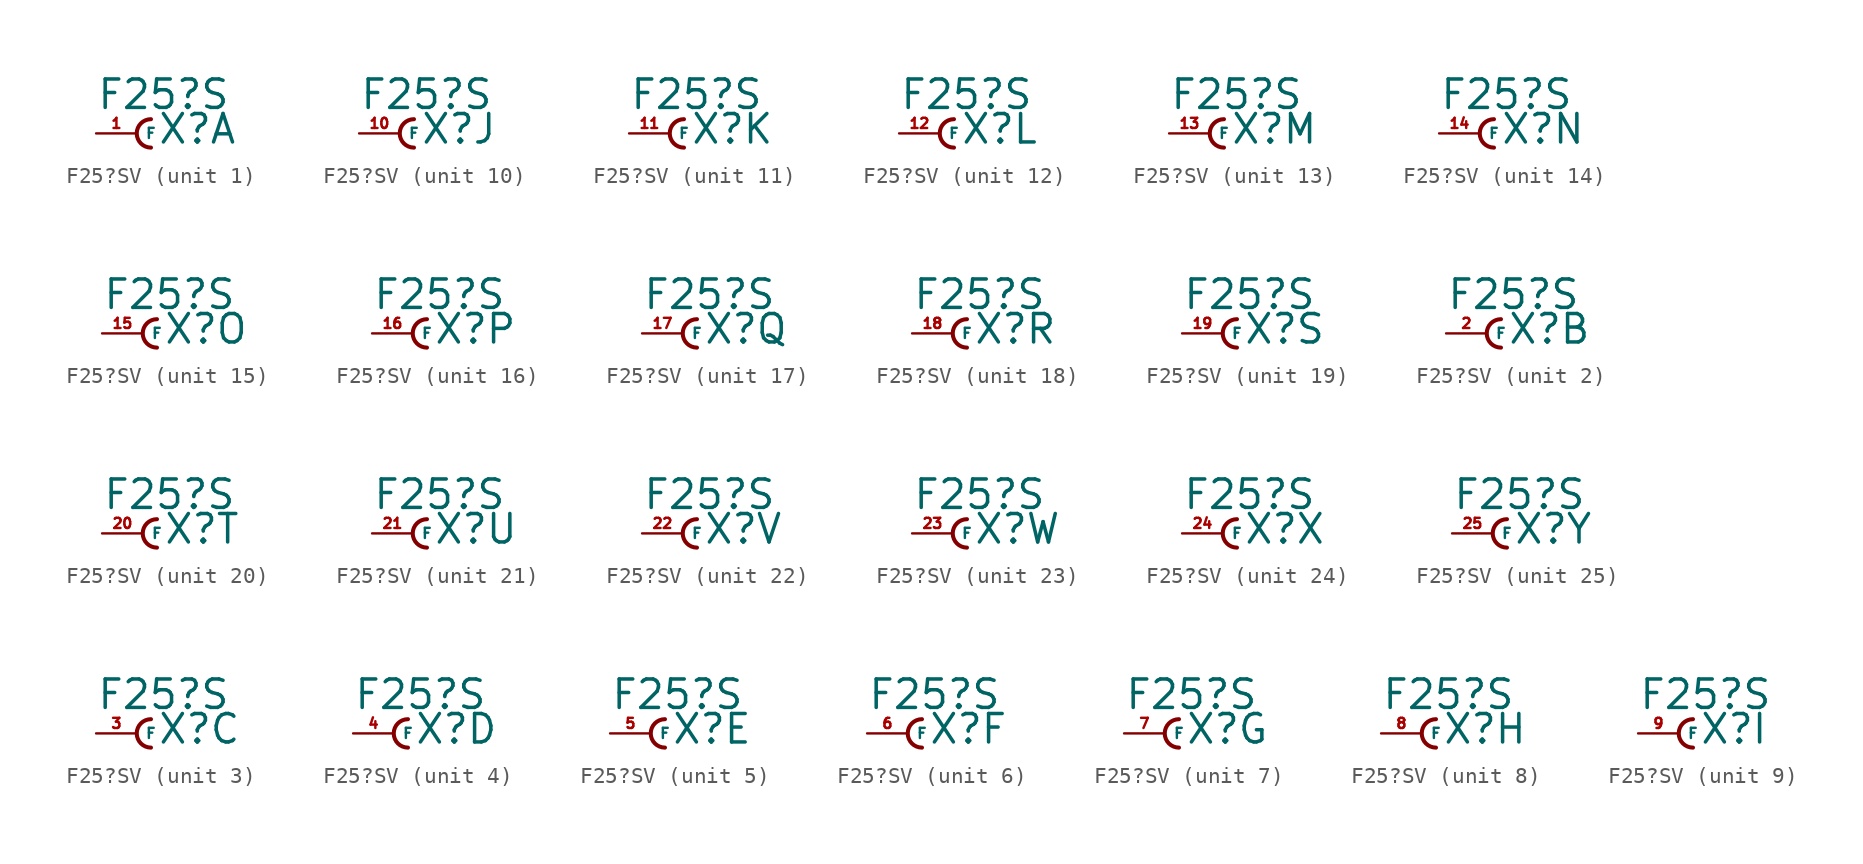
<source format=kicad_sym>
(kicad_symbol_lib
  (version 20220914)
  (generator Eagle2Kicad)
  (symbol "F25?SV"
    (property "Reference" "X"
      (at 1.27 -0.762 0)
      (effects (font (size 1.778 1.778) (thickness 0.22)) (justify left bottom)))
    (property "Value" "F25?S"
      (at -2.54 1.397 0)
      (effects (font (size 1.778 1.778) (thickness 0.22)) (justify left bottom)))
    (symbol "F25?SV_1_0"
      (arc (start 0.889 0.889) (mid 0.000 0.000) (end 0.889 -0.889) (stroke (width 0.254) (type default)) (fill (type none)))
      (pin passive line (at -2.54 0 0) (length 2.54) (name "F" (effects (font (size 0.635 0.635) (thickness 0.08)) (justify left bottom))) (number "1" (effects (font (size 0.635 0.635) (thickness 0.08)) (justify left bottom)))))
    (symbol "F25?SV_2_0"
      (arc (start 0.889 0.889) (mid 0.000 0.000) (end 0.889 -0.889) (stroke (width 0.254) (type default)) (fill (type none)))
      (pin passive line (at -2.54 0 0) (length 2.54) (name "F" (effects (font (size 0.635 0.635) (thickness 0.08)) (justify left bottom))) (number "2" (effects (font (size 0.635 0.635) (thickness 0.08)) (justify left bottom)))))
    (symbol "F25?SV_3_0"
      (arc (start 0.889 0.889) (mid 0.000 0.000) (end 0.889 -0.889) (stroke (width 0.254) (type default)) (fill (type none)))
      (pin passive line (at -2.54 0 0) (length 2.54) (name "F" (effects (font (size 0.635 0.635) (thickness 0.08)) (justify left bottom))) (number "3" (effects (font (size 0.635 0.635) (thickness 0.08)) (justify left bottom)))))
    (symbol "F25?SV_4_0"
      (arc (start 0.889 0.889) (mid 0.000 0.000) (end 0.889 -0.889) (stroke (width 0.254) (type default)) (fill (type none)))
      (pin passive line (at -2.54 0 0) (length 2.54) (name "F" (effects (font (size 0.635 0.635) (thickness 0.08)) (justify left bottom))) (number "4" (effects (font (size 0.635 0.635) (thickness 0.08)) (justify left bottom)))))
    (symbol "F25?SV_5_0"
      (arc (start 0.889 0.889) (mid 0.000 0.000) (end 0.889 -0.889) (stroke (width 0.254) (type default)) (fill (type none)))
      (pin passive line (at -2.54 0 0) (length 2.54) (name "F" (effects (font (size 0.635 0.635) (thickness 0.08)) (justify left bottom))) (number "5" (effects (font (size 0.635 0.635) (thickness 0.08)) (justify left bottom)))))
    (symbol "F25?SV_6_0"
      (arc (start 0.889 0.889) (mid 0.000 0.000) (end 0.889 -0.889) (stroke (width 0.254) (type default)) (fill (type none)))
      (pin passive line (at -2.54 0 0) (length 2.54) (name "F" (effects (font (size 0.635 0.635) (thickness 0.08)) (justify left bottom))) (number "6" (effects (font (size 0.635 0.635) (thickness 0.08)) (justify left bottom)))))
    (symbol "F25?SV_7_0"
      (arc (start 0.889 0.889) (mid 0.000 0.000) (end 0.889 -0.889) (stroke (width 0.254) (type default)) (fill (type none)))
      (pin passive line (at -2.54 0 0) (length 2.54) (name "F" (effects (font (size 0.635 0.635) (thickness 0.08)) (justify left bottom))) (number "7" (effects (font (size 0.635 0.635) (thickness 0.08)) (justify left bottom)))))
    (symbol "F25?SV_8_0"
      (arc (start 0.889 0.889) (mid 0.000 0.000) (end 0.889 -0.889) (stroke (width 0.254) (type default)) (fill (type none)))
      (pin passive line (at -2.54 0 0) (length 2.54) (name "F" (effects (font (size 0.635 0.635) (thickness 0.08)) (justify left bottom))) (number "8" (effects (font (size 0.635 0.635) (thickness 0.08)) (justify left bottom)))))
    (symbol "F25?SV_9_0"
      (arc (start 0.889 0.889) (mid 0.000 0.000) (end 0.889 -0.889) (stroke (width 0.254) (type default)) (fill (type none)))
      (pin passive line (at -2.54 0 0) (length 2.54) (name "F" (effects (font (size 0.635 0.635) (thickness 0.08)) (justify left bottom))) (number "9" (effects (font (size 0.635 0.635) (thickness 0.08)) (justify left bottom)))))
    (symbol "F25?SV_10_0"
      (arc (start 0.889 0.889) (mid 0.000 0.000) (end 0.889 -0.889) (stroke (width 0.254) (type default)) (fill (type none)))
      (pin passive line (at -2.54 0 0) (length 2.54) (name "F" (effects (font (size 0.635 0.635) (thickness 0.08)) (justify left bottom))) (number "10" (effects (font (size 0.635 0.635) (thickness 0.08)) (justify left bottom)))))
    (symbol "F25?SV_11_0"
      (arc (start 0.889 0.889) (mid 0.000 0.000) (end 0.889 -0.889) (stroke (width 0.254) (type default)) (fill (type none)))
      (pin passive line (at -2.54 0 0) (length 2.54) (name "F" (effects (font (size 0.635 0.635) (thickness 0.08)) (justify left bottom))) (number "11" (effects (font (size 0.635 0.635) (thickness 0.08)) (justify left bottom)))))
    (symbol "F25?SV_12_0"
      (arc (start 0.889 0.889) (mid 0.000 0.000) (end 0.889 -0.889) (stroke (width 0.254) (type default)) (fill (type none)))
      (pin passive line (at -2.54 0 0) (length 2.54) (name "F" (effects (font (size 0.635 0.635) (thickness 0.08)) (justify left bottom))) (number "12" (effects (font (size 0.635 0.635) (thickness 0.08)) (justify left bottom)))))
    (symbol "F25?SV_13_0"
      (arc (start 0.889 0.889) (mid 0.000 0.000) (end 0.889 -0.889) (stroke (width 0.254) (type default)) (fill (type none)))
      (pin passive line (at -2.54 0 0) (length 2.54) (name "F" (effects (font (size 0.635 0.635) (thickness 0.08)) (justify left bottom))) (number "13" (effects (font (size 0.635 0.635) (thickness 0.08)) (justify left bottom)))))
    (symbol "F25?SV_14_0"
      (arc (start 0.889 0.889) (mid 0.000 0.000) (end 0.889 -0.889) (stroke (width 0.254) (type default)) (fill (type none)))
      (pin passive line (at -2.54 0 0) (length 2.54) (name "F" (effects (font (size 0.635 0.635) (thickness 0.08)) (justify left bottom))) (number "14" (effects (font (size 0.635 0.635) (thickness 0.08)) (justify left bottom)))))
    (symbol "F25?SV_15_0"
      (arc (start 0.889 0.889) (mid 0.000 0.000) (end 0.889 -0.889) (stroke (width 0.254) (type default)) (fill (type none)))
      (pin passive line (at -2.54 0 0) (length 2.54) (name "F" (effects (font (size 0.635 0.635) (thickness 0.08)) (justify left bottom))) (number "15" (effects (font (size 0.635 0.635) (thickness 0.08)) (justify left bottom)))))
    (symbol "F25?SV_16_0"
      (arc (start 0.889 0.889) (mid 0.000 0.000) (end 0.889 -0.889) (stroke (width 0.254) (type default)) (fill (type none)))
      (pin passive line (at -2.54 0 0) (length 2.54) (name "F" (effects (font (size 0.635 0.635) (thickness 0.08)) (justify left bottom))) (number "16" (effects (font (size 0.635 0.635) (thickness 0.08)) (justify left bottom)))))
    (symbol "F25?SV_17_0"
      (arc (start 0.889 0.889) (mid 0.000 0.000) (end 0.889 -0.889) (stroke (width 0.254) (type default)) (fill (type none)))
      (pin passive line (at -2.54 0 0) (length 2.54) (name "F" (effects (font (size 0.635 0.635) (thickness 0.08)) (justify left bottom))) (number "17" (effects (font (size 0.635 0.635) (thickness 0.08)) (justify left bottom)))))
    (symbol "F25?SV_18_0"
      (arc (start 0.889 0.889) (mid 0.000 0.000) (end 0.889 -0.889) (stroke (width 0.254) (type default)) (fill (type none)))
      (pin passive line (at -2.54 0 0) (length 2.54) (name "F" (effects (font (size 0.635 0.635) (thickness 0.08)) (justify left bottom))) (number "18" (effects (font (size 0.635 0.635) (thickness 0.08)) (justify left bottom)))))
    (symbol "F25?SV_19_0"
      (arc (start 0.889 0.889) (mid 0.000 0.000) (end 0.889 -0.889) (stroke (width 0.254) (type default)) (fill (type none)))
      (pin passive line (at -2.54 0 0) (length 2.54) (name "F" (effects (font (size 0.635 0.635) (thickness 0.08)) (justify left bottom))) (number "19" (effects (font (size 0.635 0.635) (thickness 0.08)) (justify left bottom)))))
    (symbol "F25?SV_20_0"
      (arc (start 0.889 0.889) (mid 0.000 0.000) (end 0.889 -0.889) (stroke (width 0.254) (type default)) (fill (type none)))
      (pin passive line (at -2.54 0 0) (length 2.54) (name "F" (effects (font (size 0.635 0.635) (thickness 0.08)) (justify left bottom))) (number "20" (effects (font (size 0.635 0.635) (thickness 0.08)) (justify left bottom)))))
    (symbol "F25?SV_21_0"
      (arc (start 0.889 0.889) (mid 0.000 0.000) (end 0.889 -0.889) (stroke (width 0.254) (type default)) (fill (type none)))
      (pin passive line (at -2.54 0 0) (length 2.54) (name "F" (effects (font (size 0.635 0.635) (thickness 0.08)) (justify left bottom))) (number "21" (effects (font (size 0.635 0.635) (thickness 0.08)) (justify left bottom)))))
    (symbol "F25?SV_22_0"
      (arc (start 0.889 0.889) (mid 0.000 0.000) (end 0.889 -0.889) (stroke (width 0.254) (type default)) (fill (type none)))
      (pin passive line (at -2.54 0 0) (length 2.54) (name "F" (effects (font (size 0.635 0.635) (thickness 0.08)) (justify left bottom))) (number "22" (effects (font (size 0.635 0.635) (thickness 0.08)) (justify left bottom)))))
    (symbol "F25?SV_23_0"
      (arc (start 0.889 0.889) (mid 0.000 0.000) (end 0.889 -0.889) (stroke (width 0.254) (type default)) (fill (type none)))
      (pin passive line (at -2.54 0 0) (length 2.54) (name "F" (effects (font (size 0.635 0.635) (thickness 0.08)) (justify left bottom))) (number "23" (effects (font (size 0.635 0.635) (thickness 0.08)) (justify left bottom)))))
    (symbol "F25?SV_24_0"
      (arc (start 0.889 0.889) (mid 0.000 0.000) (end 0.889 -0.889) (stroke (width 0.254) (type default)) (fill (type none)))
      (pin passive line (at -2.54 0 0) (length 2.54) (name "F" (effects (font (size 0.635 0.635) (thickness 0.08)) (justify left bottom))) (number "24" (effects (font (size 0.635 0.635) (thickness 0.08)) (justify left bottom)))))
    (symbol "F25?SV_25_0"
      (arc (start 0.889 0.889) (mid 0.000 0.000) (end 0.889 -0.889) (stroke (width 0.254) (type default)) (fill (type none)))
      (pin passive line (at -2.54 0 0) (length 2.54) (name "F" (effects (font (size 0.635 0.635) (thickness 0.08)) (justify left bottom))) (number "25" (effects (font (size 0.635 0.635) (thickness 0.08)) (justify left bottom)))))))
</source>
